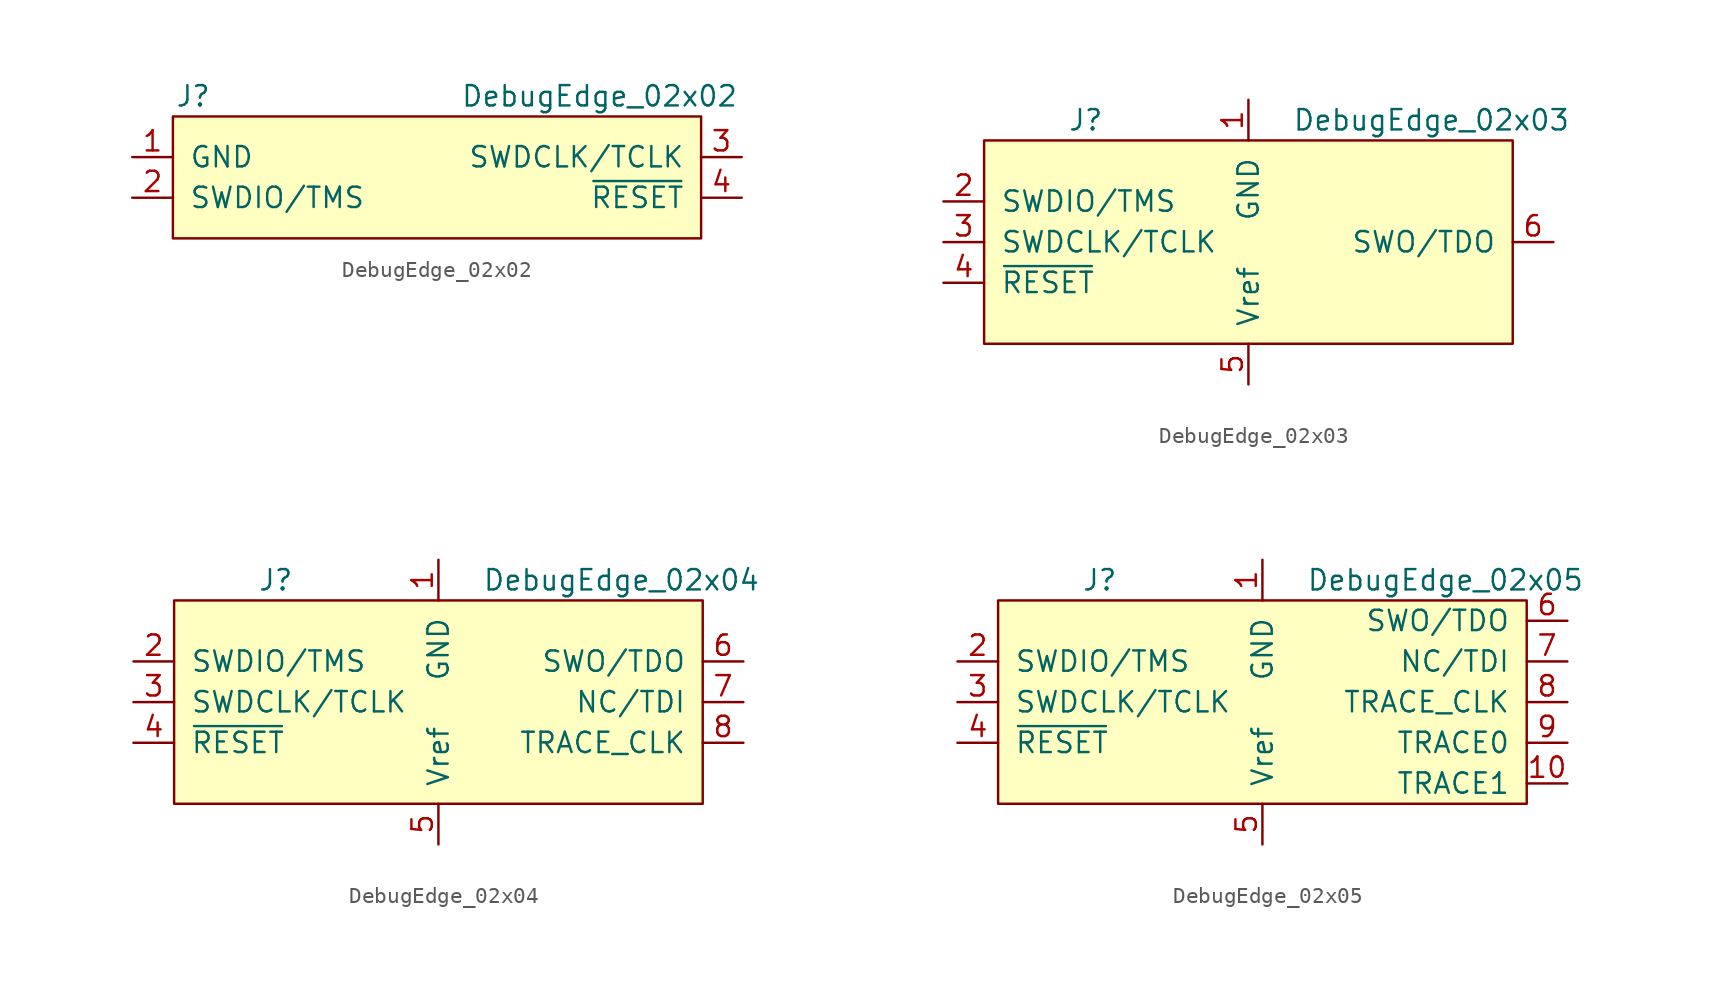
<source format=kicad_sym>
(kicad_symbol_lib
  (version 20211014)
  (generator kicad_symbol_editor)
  (symbol "DebugEdge_02x02"
    (pin_names
      (offset 1.016))
    (property "Reference" "J"
      (at -15.24 5.08 0)
      (effects (font (size 1.27 1.27))))
    (property "Value" "DebugEdge_02x02"
      (at 10.16 5.08 0)
      (effects (font (size 1.27 1.27))))
    (symbol "DebugEdge_02x02_0_1"
      (rectangle (start -16.51 3.81) (end 16.51 -3.81) (stroke (width 0) (type default) (color 0 0 0 0)) (fill (type background))))
    (symbol "DebugEdge_02x02_1_1"
      (pin power_in line (at -19.05 1.27 0) (length 2.54) (name "GND" (effects (font (size 1.27 1.27)))) (number "1" (effects (font (size 1.27 1.27)))))
      (pin bidirectional line (at -19.05 -1.27 0) (length 2.54) (name "SWDIO/TMS" (effects (font (size 1.27 1.27)))) (number "2" (effects (font (size 1.27 1.27)))))
      (pin bidirectional line (at 19.05 1.27 180) (length 2.54) (name "SWDCLK/TCLK" (effects (font (size 1.27 1.27)))) (number "3" (effects (font (size 1.27 1.27)))))
      (pin bidirectional line (at 19.05 -1.27 180) (length 2.54) (name "~{RESET}" (effects (font (size 1.27 1.27)))) (number "4" (effects (font (size 1.27 1.27)))))))
  (symbol "DebugEdge_02x03"
    (pin_names
      (offset 1.016))
    (property "Reference" "J"
      (at -10.16 7.62 0)
      (effects (font (size 1.27 1.27))))
    (property "Value" "DebugEdge_02x03"
      (at 11.43 7.62 0)
      (effects (font (size 1.27 1.27))))
    (symbol "DebugEdge_02x03_0_1"
      (rectangle (start -16.51 6.35) (end 16.51 -6.35) (stroke (width 0) (type default) (color 0 0 0 0)) (fill (type background))))
    (symbol "DebugEdge_02x03_1_1"
      (pin power_in line (at 0 8.89 270) (length 2.54) (name "GND" (effects (font (size 1.27 1.27)))) (number "1" (effects (font (size 1.27 1.27)))))
      (pin bidirectional line (at -19.05 2.54 0) (length 2.54) (name "SWDIO/TMS" (effects (font (size 1.27 1.27)))) (number "2" (effects (font (size 1.27 1.27)))))
      (pin bidirectional line (at -19.05 0 0) (length 2.54) (name "SWDCLK/TCLK" (effects (font (size 1.27 1.27)))) (number "3" (effects (font (size 1.27 1.27)))))
      (pin bidirectional line (at -19.05 -2.54 0) (length 2.54) (name "~{RESET}" (effects (font (size 1.27 1.27)))) (number "4" (effects (font (size 1.27 1.27)))))
      (pin power_in line (at 0 -8.89 90) (length 2.54) (name "Vref" (effects (font (size 1.27 1.27)))) (number "5" (effects (font (size 1.27 1.27)))))
      (pin bidirectional line (at 19.05 0 180) (length 2.54) (name "SWO/TDO" (effects (font (size 1.27 1.27)))) (number "6" (effects (font (size 1.27 1.27)))))))
  (symbol "DebugEdge_02x04"
    (pin_names
      (offset 1.016))
    (property "Reference" "J"
      (at -10.16 7.62 0)
      (effects (font (size 1.27 1.27))))
    (property "Value" "DebugEdge_02x04"
      (at 11.43 7.62 0)
      (effects (font (size 1.27 1.27))))
    (symbol "DebugEdge_02x04_0_1"
      (rectangle (start -16.51 6.35) (end 16.51 -6.35) (stroke (width 0) (type default) (color 0 0 0 0)) (fill (type background))))
    (symbol "DebugEdge_02x04_1_1"
      (pin power_in line (at 0 8.89 270) (length 2.54) (name "GND" (effects (font (size 1.27 1.27)))) (number "1" (effects (font (size 1.27 1.27)))))
      (pin bidirectional line (at -19.05 2.54 0) (length 2.54) (name "SWDIO/TMS" (effects (font (size 1.27 1.27)))) (number "2" (effects (font (size 1.27 1.27)))))
      (pin bidirectional line (at -19.05 0 0) (length 2.54) (name "SWDCLK/TCLK" (effects (font (size 1.27 1.27)))) (number "3" (effects (font (size 1.27 1.27)))))
      (pin bidirectional line (at -19.05 -2.54 0) (length 2.54) (name "~{RESET}" (effects (font (size 1.27 1.27)))) (number "4" (effects (font (size 1.27 1.27)))))
      (pin power_in line (at 0 -8.89 90) (length 2.54) (name "Vref" (effects (font (size 1.27 1.27)))) (number "5" (effects (font (size 1.27 1.27)))))
      (pin bidirectional line (at 19.05 2.54 180) (length 2.54) (name "SWO/TDO" (effects (font (size 1.27 1.27)))) (number "6" (effects (font (size 1.27 1.27)))))
      (pin bidirectional line (at 19.05 0 180) (length 2.54) (name "NC/TDI" (effects (font (size 1.27 1.27)))) (number "7" (effects (font (size 1.27 1.27)))))
      (pin bidirectional line (at 19.05 -2.54 180) (length 2.54) (name "TRACE_CLK" (effects (font (size 1.27 1.27)))) (number "8" (effects (font (size 1.27 1.27)))))))
  (symbol "DebugEdge_02x05"
    (pin_names
      (offset 1.016))
    (property "Reference" "J"
      (at -10.16 7.62 0)
      (effects (font (size 1.27 1.27))))
    (property "Value" "DebugEdge_02x05"
      (at 11.43 7.62 0)
      (effects (font (size 1.27 1.27))))
    (symbol "DebugEdge_02x05_0_1"
      (rectangle (start -16.51 6.35) (end 16.51 -6.35) (stroke (width 0) (type default) (color 0 0 0 0)) (fill (type background))))
    (symbol "DebugEdge_02x05_1_1"
      (pin power_in line (at 0 8.89 270) (length 2.54) (name "GND" (effects (font (size 1.27 1.27)))) (number "1" (effects (font (size 1.27 1.27)))))
      (pin bidirectional line (at 19.05 -5.08 180) (length 2.54) (name "TRACE1" (effects (font (size 1.27 1.27)))) (number "10" (effects (font (size 1.27 1.27)))))
      (pin bidirectional line (at -19.05 2.54 0) (length 2.54) (name "SWDIO/TMS" (effects (font (size 1.27 1.27)))) (number "2" (effects (font (size 1.27 1.27)))))
      (pin bidirectional line (at -19.05 0 0) (length 2.54) (name "SWDCLK/TCLK" (effects (font (size 1.27 1.27)))) (number "3" (effects (font (size 1.27 1.27)))))
      (pin bidirectional line (at -19.05 -2.54 0) (length 2.54) (name "~{RESET}" (effects (font (size 1.27 1.27)))) (number "4" (effects (font (size 1.27 1.27)))))
      (pin power_in line (at 0 -8.89 90) (length 2.54) (name "Vref" (effects (font (size 1.27 1.27)))) (number "5" (effects (font (size 1.27 1.27)))))
      (pin bidirectional line (at 19.05 5.08 180) (length 2.54) (name "SWO/TDO" (effects (font (size 1.27 1.27)))) (number "6" (effects (font (size 1.27 1.27)))))
      (pin bidirectional line (at 19.05 2.54 180) (length 2.54) (name "NC/TDI" (effects (font (size 1.27 1.27)))) (number "7" (effects (font (size 1.27 1.27)))))
      (pin bidirectional line (at 19.05 0 180) (length 2.54) (name "TRACE_CLK" (effects (font (size 1.27 1.27)))) (number "8" (effects (font (size 1.27 1.27)))))
      (pin bidirectional line (at 19.05 -2.54 180) (length 2.54) (name "TRACE0" (effects (font (size 1.27 1.27)))) (number "9" (effects (font (size 1.27 1.27))))))))
</source>
